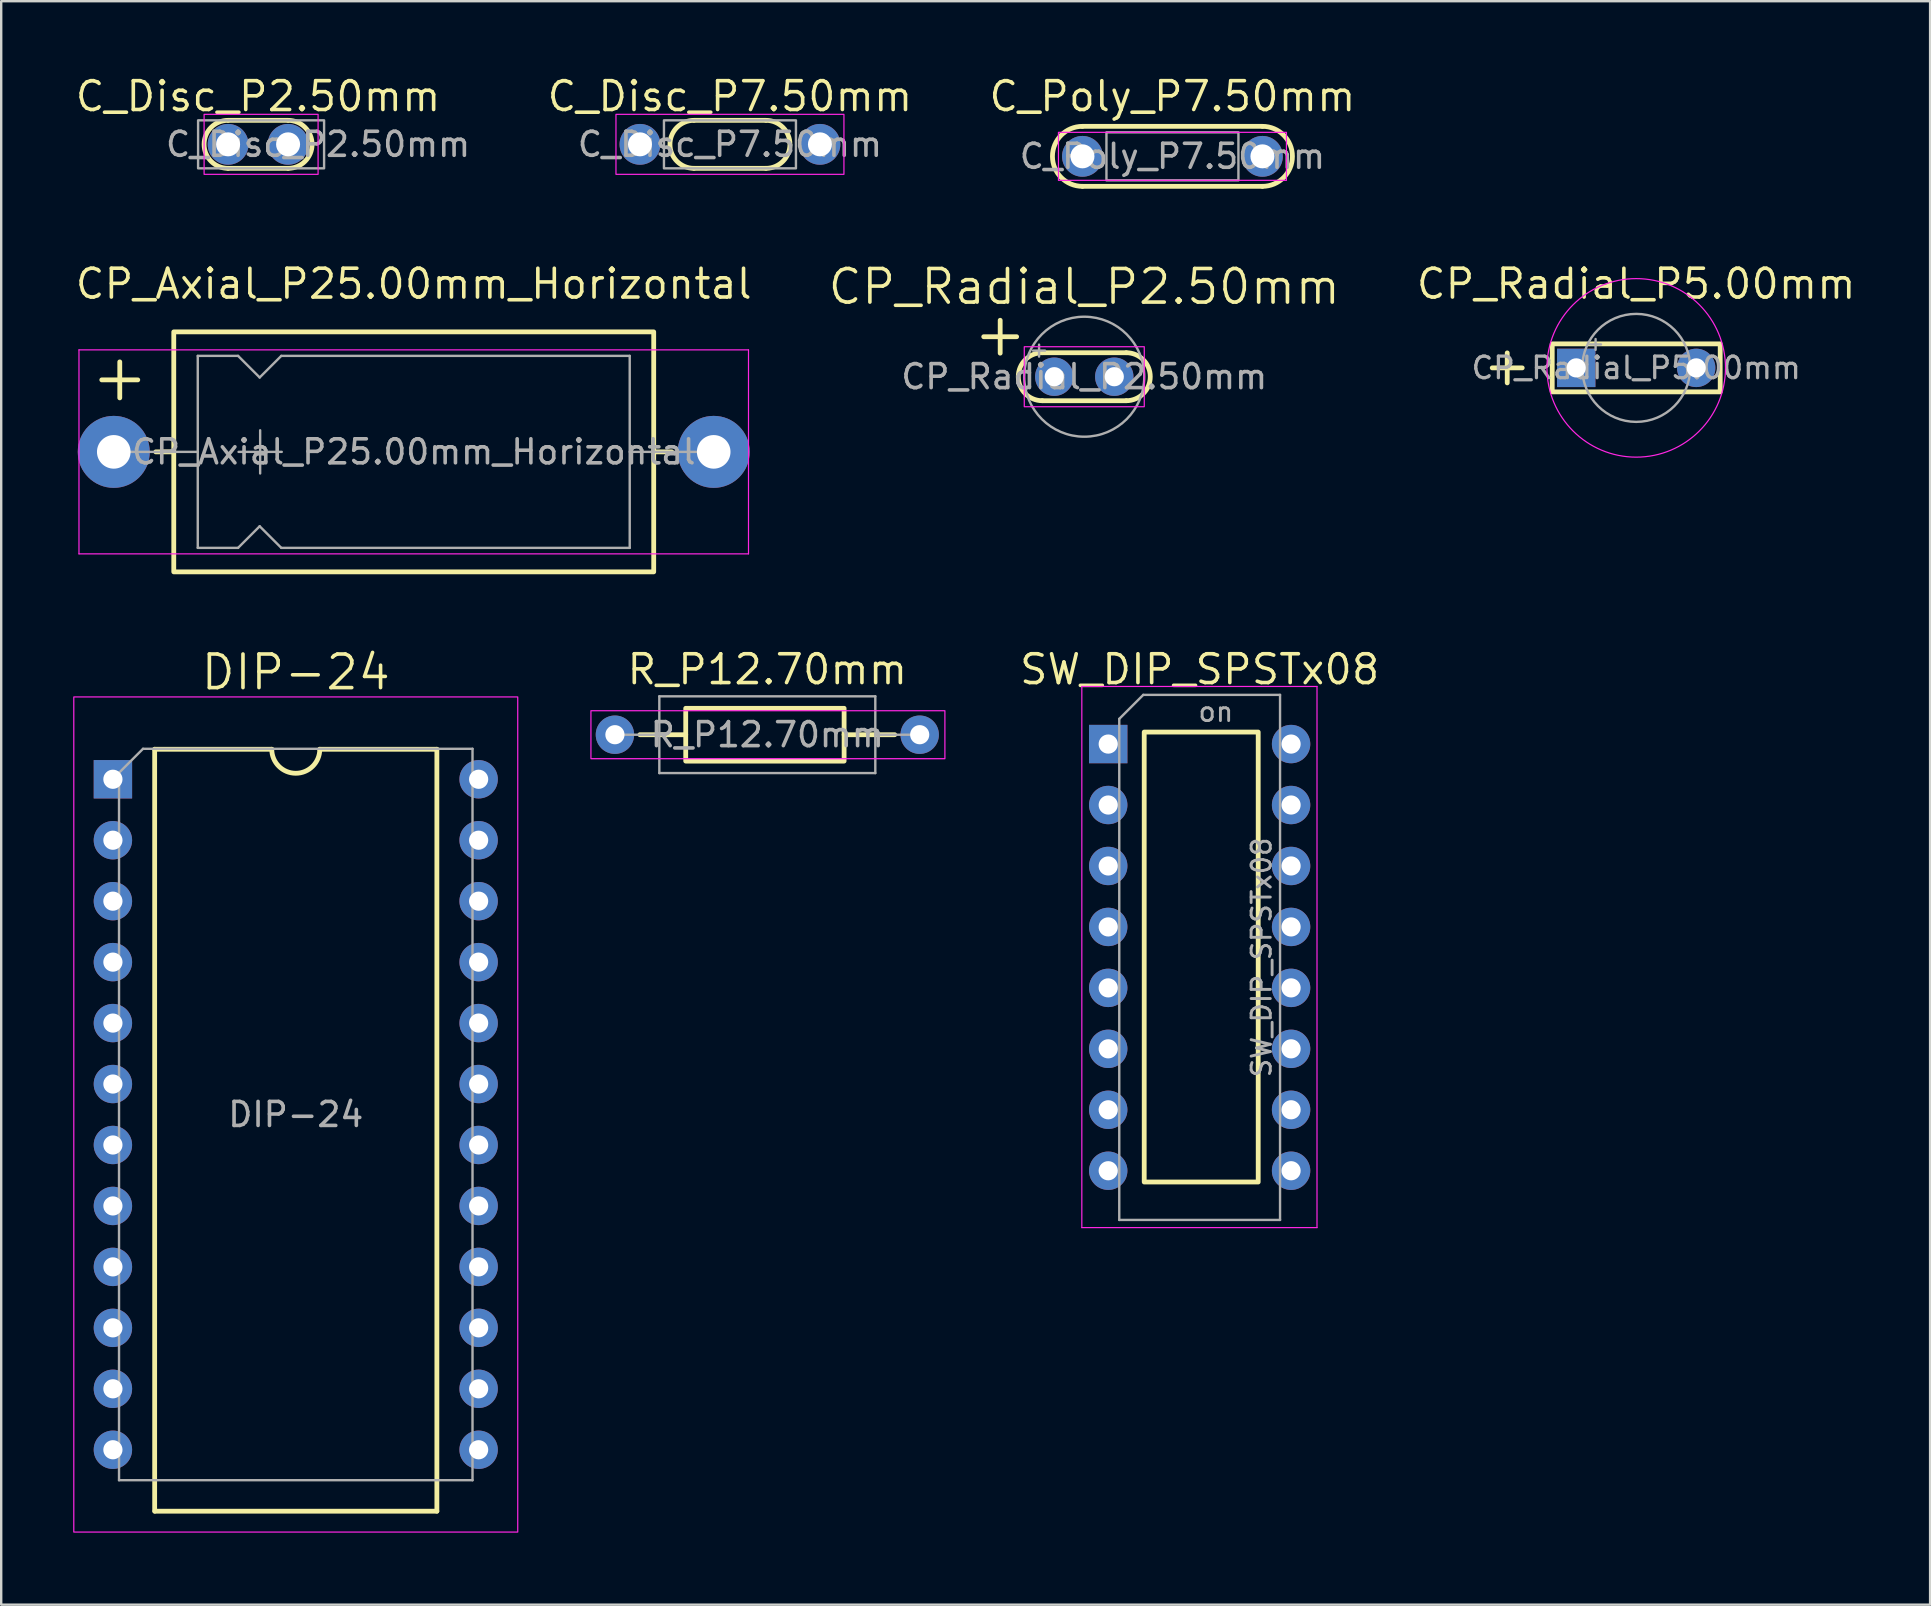
<source format=kicad_pcb>
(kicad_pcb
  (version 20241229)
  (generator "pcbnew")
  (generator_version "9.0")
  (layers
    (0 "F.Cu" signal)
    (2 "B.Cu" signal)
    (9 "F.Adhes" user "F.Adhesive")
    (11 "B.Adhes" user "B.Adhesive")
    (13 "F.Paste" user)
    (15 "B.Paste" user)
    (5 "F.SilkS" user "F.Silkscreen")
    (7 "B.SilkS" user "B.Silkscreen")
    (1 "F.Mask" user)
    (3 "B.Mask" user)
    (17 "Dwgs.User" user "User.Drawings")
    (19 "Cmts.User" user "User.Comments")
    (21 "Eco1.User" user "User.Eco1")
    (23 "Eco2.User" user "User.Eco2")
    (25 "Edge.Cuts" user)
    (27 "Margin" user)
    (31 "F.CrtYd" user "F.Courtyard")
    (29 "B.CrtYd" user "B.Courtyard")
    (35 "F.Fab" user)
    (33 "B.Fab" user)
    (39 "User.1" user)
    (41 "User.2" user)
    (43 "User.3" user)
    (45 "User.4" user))
  (footprint "DIP-24"
    (layer "F.Cu")
    (at 1.655 29.423)
    (property "Reference" "DIP-24" (at 7.62 -4.46 0) (layer "F.SilkS") (effects (font (size 1.4 1.4) (thickness 0.15))))
    (attr through_hole)
    (fp_line (start 1.74 30.5) (end 1.74 -1.25) (stroke (width 0.2) (type default)) (layer "F.SilkS"))
    (fp_line (start 1.75 30.5) (end 13.5 30.5) (stroke (width 0.2) (type default)) (layer "F.SilkS"))
    (fp_line (start 6.62 -1.25) (end 1.74 -1.25) (stroke (width 0.2) (type default)) (layer "F.SilkS"))
    (fp_line (start 13.5 -1.25) (end 8.62 -1.25) (stroke (width 0.2) (type default)) (layer "F.SilkS"))
    (fp_line (start 13.5 30.5) (end 13.5 -1.25) (stroke (width 0.2) (type default)) (layer "F.SilkS"))
    (fp_arc (start 8.62 -1.25) (mid 7.62 -0.25) (end 6.62 -1.25) (stroke (width 0.2) (type solid)) (layer "F.SilkS"))
    (fp_rect (start -1.63 -3.43) (end 16.87 31.37) (stroke (width 0.05) (type default)) (fill no) (layer "F.CrtYd"))
    (fp_line (start 0.255 -0.27) (end 1.255 -1.27) (stroke (width 0.1) (type solid)) (layer "F.Fab"))
    (fp_line (start 0.255 29.21) (end 0.255 -0.27) (stroke (width 0.1) (type solid)) (layer "F.Fab"))
    (fp_line (start 1.255 -1.27) (end 14.985 -1.27) (stroke (width 0.1) (type solid)) (layer "F.Fab"))
    (fp_line (start 14.985 -1.27) (end 14.985 29.21) (stroke (width 0.1) (type solid)) (layer "F.Fab"))
    (fp_line (start 14.985 29.21) (end 0.255 29.21) (stroke (width 0.1) (type solid)) (layer "F.Fab"))
    (fp_text user "${REFERENCE}" (at 7.62 13.97 0) (layer "F.Fab") (effects (font (size 1 1) (thickness 0.15))))
    (pad "1" thru_hole rect (at 0 0) (size 1.6 1.6) (drill 0.8) (layers "*.Cu" "*.Mask"))
    (pad "2" thru_hole oval (at 0 2.54) (size 1.6 1.6) (drill 0.8) (layers "*.Cu" "*.Mask"))
    (pad "3" thru_hole oval (at 0 5.08) (size 1.6 1.6) (drill 0.8) (layers "*.Cu" "*.Mask"))
    (pad "4" thru_hole oval (at 0 7.62) (size 1.6 1.6) (drill 0.8) (layers "*.Cu" "*.Mask"))
    (pad "5" thru_hole oval (at 0 10.16) (size 1.6 1.6) (drill 0.8) (layers "*.Cu" "*.Mask"))
    (pad "6" thru_hole oval (at 0 12.7) (size 1.6 1.6) (drill 0.8) (layers "*.Cu" "*.Mask"))
    (pad "7" thru_hole oval (at 0 15.24) (size 1.6 1.6) (drill 0.8) (layers "*.Cu" "*.Mask"))
    (pad "8" thru_hole oval (at 0 17.78) (size 1.6 1.6) (drill 0.8) (layers "*.Cu" "*.Mask"))
    (pad "9" thru_hole oval (at 0 20.32) (size 1.6 1.6) (drill 0.8) (layers "*.Cu" "*.Mask"))
    (pad "10" thru_hole oval (at 0 22.86) (size 1.6 1.6) (drill 0.8) (layers "*.Cu" "*.Mask"))
    (pad "11" thru_hole oval (at 0 25.4) (size 1.6 1.6) (drill 0.8) (layers "*.Cu" "*.Mask"))
    (pad "12" thru_hole oval (at 0 27.94) (size 1.6 1.6) (drill 0.8) (layers "*.Cu" "*.Mask"))
    (pad "13" thru_hole oval (at 15.24 27.94) (size 1.6 1.6) (drill 0.8) (layers "*.Cu" "*.Mask"))
    (pad "14" thru_hole oval (at 15.24 25.4) (size 1.6 1.6) (drill 0.8) (layers "*.Cu" "*.Mask"))
    (pad "15" thru_hole oval (at 15.24 22.86) (size 1.6 1.6) (drill 0.8) (layers "*.Cu" "*.Mask"))
    (pad "16" thru_hole oval (at 15.24 20.32) (size 1.6 1.6) (drill 0.8) (layers "*.Cu" "*.Mask"))
    (pad "17" thru_hole oval (at 15.24 17.78) (size 1.6 1.6) (drill 0.8) (layers "*.Cu" "*.Mask"))
    (pad "18" thru_hole oval (at 15.24 15.24) (size 1.6 1.6) (drill 0.8) (layers "*.Cu" "*.Mask"))
    (pad "19" thru_hole oval (at 15.24 12.7) (size 1.6 1.6) (drill 0.8) (layers "*.Cu" "*.Mask"))
    (pad "20" thru_hole oval (at 15.24 10.16) (size 1.6 1.6) (drill 0.8) (layers "*.Cu" "*.Mask"))
    (pad "21" thru_hole oval (at 15.24 7.62) (size 1.6 1.6) (drill 0.8) (layers "*.Cu" "*.Mask"))
    (pad "22" thru_hole oval (at 15.24 5.08) (size 1.6 1.6) (drill 0.8) (layers "*.Cu" "*.Mask"))
    (pad "23" thru_hole oval (at 15.24 2.54) (size 1.6 1.6) (drill 0.8) (layers "*.Cu" "*.Mask"))
    (pad "24" thru_hole oval (at 15.24 0) (size 1.6 1.6) (drill 0.8) (layers "*.Cu" "*.Mask")))
  (footprint "SW_DIP_SPSTx08"
    (layer "F.Cu")
    (at 43.131 27.956)
    (property "Reference" "SW_DIP_SPSTx08" (at 3.81 -3.11 0) (layer "F.SilkS") (effects (font (size 1.2 1.2) (thickness 0.15))))
    (attr through_hole)
    (fp_rect (start 1.5 -0.5) (end 6.25 18.25) (stroke (width 0.2) (type default)) (fill no) (layer "F.SilkS"))
    (fp_line (start -1.1 -2.4) (end -1.1 20.15) (stroke (width 0.05) (type solid)) (layer "F.CrtYd"))
    (fp_line (start -1.1 20.15) (end 8.7 20.15) (stroke (width 0.05) (type solid)) (layer "F.CrtYd"))
    (fp_line (start 8.7 -2.4) (end -1.1 -2.4) (stroke (width 0.05) (type solid)) (layer "F.CrtYd"))
    (fp_line (start 8.7 20.15) (end 8.7 -2.4) (stroke (width 0.05) (type solid)) (layer "F.CrtYd"))
    (fp_line (start 0.46 -1.05) (end 1.46 -2.05) (stroke (width 0.1) (type solid)) (layer "F.Fab"))
    (fp_line (start 0.46 19.83) (end 0.46 -1.05) (stroke (width 0.1) (type solid)) (layer "F.Fab"))
    (fp_line (start 1.46 -2.05) (end 7.16 -2.05) (stroke (width 0.1) (type solid)) (layer "F.Fab"))
    (fp_line (start 7.16 -2.05) (end 7.16 19.83) (stroke (width 0.1) (type solid)) (layer "F.Fab"))
    (fp_line (start 7.16 19.83) (end 0.46 19.83) (stroke (width 0.1) (type solid)) (layer "F.Fab"))
    (fp_text user "${REFERENCE}" (at 6.39 8.89 90) (layer "F.Fab") (effects (font (size 0.8 0.8) (thickness 0.12))))
    (fp_text user "on" (at 4.485 -1.343 0) (layer "F.Fab") (effects (font (size 0.8 0.8) (thickness 0.12))))
    (pad "1" thru_hole rect (at 0 0) (size 1.6 1.6) (drill 0.8) (layers "*.Cu" "*.Mask"))
    (pad "2" thru_hole oval (at 0 2.54) (size 1.6 1.6) (drill 0.8) (layers "*.Cu" "*.Mask"))
    (pad "3" thru_hole oval (at 0 5.08) (size 1.6 1.6) (drill 0.8) (layers "*.Cu" "*.Mask"))
    (pad "4" thru_hole oval (at 0 7.62) (size 1.6 1.6) (drill 0.8) (layers "*.Cu" "*.Mask"))
    (pad "5" thru_hole oval (at 0 10.16) (size 1.6 1.6) (drill 0.8) (layers "*.Cu" "*.Mask"))
    (pad "6" thru_hole oval (at 0 12.7) (size 1.6 1.6) (drill 0.8) (layers "*.Cu" "*.Mask"))
    (pad "7" thru_hole oval (at 0 15.24) (size 1.6 1.6) (drill 0.8) (layers "*.Cu" "*.Mask"))
    (pad "8" thru_hole oval (at 0 17.78) (size 1.6 1.6) (drill 0.8) (layers "*.Cu" "*.Mask"))
    (pad "9" thru_hole oval (at 7.62 17.78) (size 1.6 1.6) (drill 0.8) (layers "*.Cu" "*.Mask"))
    (pad "10" thru_hole oval (at 7.62 15.24) (size 1.6 1.6) (drill 0.8) (layers "*.Cu" "*.Mask"))
    (pad "11" thru_hole oval (at 7.62 12.7) (size 1.6 1.6) (drill 0.8) (layers "*.Cu" "*.Mask"))
    (pad "12" thru_hole oval (at 7.62 10.16) (size 1.6 1.6) (drill 0.8) (layers "*.Cu" "*.Mask"))
    (pad "13" thru_hole oval (at 7.62 7.62) (size 1.6 1.6) (drill 0.8) (layers "*.Cu" "*.Mask"))
    (pad "14" thru_hole oval (at 7.62 5.08) (size 1.6 1.6) (drill 0.8) (layers "*.Cu" "*.Mask"))
    (pad "15" thru_hole oval (at 7.62 2.54) (size 1.6 1.6) (drill 0.8) (layers "*.Cu" "*.Mask"))
    (pad "16" thru_hole oval (at 7.62 0) (size 1.6 1.6) (drill 0.8) (layers "*.Cu" "*.Mask")))
  (footprint "C_Poly_P7.50mm"
    (layer "F.Cu")
    (at 42.057 3.465)
    (property "Reference" "C_Poly_P7.50mm" (at 3.75 -2.5 0) (layer "F.SilkS") (effects (font (size 1.2 1.2) (thickness 0.15))))
    (attr through_hole)
    (fp_line (start 0 -1.25) (end 7.5 -1.25) (stroke (width 0.2) (type default)) (layer "F.SilkS"))
    (fp_line (start 7.5 1.25) (end 0 1.25) (stroke (width 0.2) (type default)) (layer "F.SilkS"))
    (fp_arc (start 0 1.25) (mid -1.25 0) (end 0 -1.25) (stroke (width 0.2) (type default)) (layer "F.SilkS"))
    (fp_arc (start 7.5 -1.25) (mid 8.75 0) (end 7.5 1.25) (stroke (width 0.2) (type default)) (layer "F.SilkS"))
    (fp_rect (start -1 -1) (end 8.5 1) (stroke (width 0.05) (type default)) (fill no) (layer "F.CrtYd"))
    (fp_rect (start 1 -1) (end 6.5 1) (stroke (width 0.1) (type default)) (fill no) (layer "F.Fab"))
    (fp_text user "${REFERENCE}" (at 3.75 0 0) (layer "F.Fab") (effects (font (size 1 1) (thickness 0.15))))
    (pad "1" thru_hole circle (at 0 0) (size 1.7 1.7) (drill 1) (layers "*.Cu" "*.Mask"))
    (pad "2" thru_hole circle (at 7.5 0) (size 1.7 1.7) (drill 1) (layers "*.Cu" "*.Mask")))
  (footprint "R_P12.70mm"
    (layer "F.Cu")
    (at 22.575 27.566)
    (property "Reference" "R_P12.70mm" (at 6.35 -2.72 0) (layer "F.SilkS") (effects (font (size 1.2 1.2) (thickness 0.15))))
    (attr through_hole)
    (fp_line (start 1.04 0) (end 2.95 0) (stroke (width 0.2) (type solid)) (layer "F.SilkS"))
    (fp_line (start 11.66 0) (end 9.55 0) (stroke (width 0.2) (type solid)) (layer "F.SilkS"))
    (fp_rect (start 2.95 -1.1) (end 9.55 1.1) (stroke (width 0.2) (type default)) (fill no) (layer "F.SilkS"))
    (fp_rect (start -1 -1) (end 13.75 1) (stroke (width 0.05) (type default)) (fill no) (layer "F.CrtYd"))
    (fp_line (start 0 0) (end 1.85 0) (stroke (width 0.1) (type solid)) (layer "F.Fab"))
    (fp_line (start 1.85 -1.6) (end 1.85 1.6) (stroke (width 0.1) (type solid)) (layer "F.Fab"))
    (fp_line (start 1.85 1.6) (end 10.85 1.6) (stroke (width 0.1) (type solid)) (layer "F.Fab"))
    (fp_line (start 10.85 -1.6) (end 1.85 -1.6) (stroke (width 0.1) (type solid)) (layer "F.Fab"))
    (fp_line (start 10.85 1.6) (end 10.85 -1.6) (stroke (width 0.1) (type solid)) (layer "F.Fab"))
    (fp_line (start 12.7 0) (end 10.85 0) (stroke (width 0.1) (type solid)) (layer "F.Fab"))
    (fp_text user "${REFERENCE}" (at 6.35 0 0) (layer "F.Fab") (effects (font (size 1 1) (thickness 0.15))))
    (pad "1" thru_hole circle (at 0 0) (size 1.6 1.6) (drill 0.8) (layers "*.Cu" "*.Mask"))
    (pad "2" thru_hole oval (at 12.7 0) (size 1.6 1.6) (drill 0.8) (layers "*.Cu" "*.Mask")))
  (footprint "CP_Radial_P2.50mm"
    (layer "F.Cu")
    (at 40.883 12.648)
    (property "Reference" "CP_Radial_P2.50mm" (at 1.25 -3.75 0) (layer "F.SilkS") (effects (font (size 1.4 1.4) (thickness 0.15))))
    (attr through_hole)
    (fp_line (start -0.5 1) (end 3 1) (stroke (width 0.2) (type default)) (layer "F.SilkS"))
    (fp_line (start 3 -1) (end -0.5 -1) (stroke (width 0.2) (type default)) (layer "F.SilkS"))
    (fp_arc (start -0.5 1) (mid -1.5 0) (end -0.5 -1) (stroke (width 0.2) (type default)) (layer "F.SilkS"))
    (fp_arc (start 3 -1) (mid 4 0) (end 3 1) (stroke (width 0.2) (type default)) (layer "F.SilkS"))
    (fp_rect (start -1.25 -1.25) (end 3.75 1.25) (stroke (width 0.05) (type default)) (fill no) (layer "F.CrtYd"))
    (fp_line (start -0.884 -1.087) (end -0.384 -1.087) (stroke (width 0.1) (type solid)) (layer "F.Fab"))
    (fp_line (start -0.634 -1.337) (end -0.634 -0.838) (stroke (width 0.1) (type solid)) (layer "F.Fab"))
    (fp_circle (center 1.25 0) (end 3.75 0) (stroke (width 0.1) (type solid)) (fill no) (layer "F.Fab"))
    (fp_text user "+" (at -3.5 -0.75 0) (unlocked yes) (layer "F.SilkS") (effects (font (size 1.8 1.8) (thickness 0.2) (bold yes)) (justify left bottom)))
    (fp_text user "${REFERENCE}" (at 1.25 0 0) (layer "F.Fab") (effects (font (size 1 1) (thickness 0.15))))
    (pad "1" thru_hole circle (at 0 0) (size 1.6 1.6) (drill 0.8) (layers "*.Cu" "*.Mask"))
    (pad "2" thru_hole circle (at 2.5 0) (size 1.6 1.6) (drill 0.8) (layers "*.Cu" "*.Mask")))
  (footprint "CP_Axial_P25.00mm_Horizontal"
    (layer "F.Cu")
    (at 1.691 15.78)
    (property "Reference" "CP_Axial_P25.00mm_Horizontal" (at 12.5 -7 0) (layer "F.SilkS") (effects (font (size 1.2 1.2) (thickness 0.15))))
    (attr through_hole)
    (fp_line (start 0.25 -2.25) (end 0.25 -3.75) (stroke (width 0.2) (type default)) (layer "F.SilkS"))
    (fp_line (start 1 -3) (end -0.5 -3) (stroke (width 0.2) (type default)) (layer "F.SilkS"))
    (fp_line (start 1.75 0) (end 2.5 0) (stroke (width 0.2) (type solid)) (layer "F.SilkS"))
    (fp_line (start 23.25 0) (end 22.5 0) (stroke (width 0.2) (type solid)) (layer "F.SilkS"))
    (fp_rect (start 2.5 -5) (end 22.5 5) (stroke (width 0.2) (type default)) (fill no) (layer "F.SilkS"))
    (fp_line (start -1.45 -4.25) (end -1.45 4.25) (stroke (width 0.05) (type solid)) (layer "F.CrtYd"))
    (fp_line (start -1.45 4.25) (end 26.45 4.25) (stroke (width 0.05) (type solid)) (layer "F.CrtYd"))
    (fp_line (start 26.45 -4.25) (end -1.45 -4.25) (stroke (width 0.05) (type solid)) (layer "F.CrtYd"))
    (fp_line (start 26.45 4.25) (end 26.45 -4.25) (stroke (width 0.05) (type solid)) (layer "F.CrtYd"))
    (fp_line (start 0 0) (end 3.5 0) (stroke (width 0.1) (type solid)) (layer "F.Fab"))
    (fp_line (start 3.5 -4) (end 3.5 4) (stroke (width 0.1) (type solid)) (layer "F.Fab"))
    (fp_line (start 3.5 -4) (end 5.18 -4) (stroke (width 0.1) (type solid)) (layer "F.Fab"))
    (fp_line (start 3.5 4) (end 5.18 4) (stroke (width 0.1) (type solid)) (layer "F.Fab"))
    (fp_line (start 5.18 -4) (end 6.08 -3.1) (stroke (width 0.1) (type solid)) (layer "F.Fab"))
    (fp_line (start 5.18 4) (end 6.08 3.1) (stroke (width 0.1) (type solid)) (layer "F.Fab"))
    (fp_line (start 5.2 0) (end 7 0) (stroke (width 0.1) (type solid)) (layer "F.Fab"))
    (fp_line (start 6.08 -3.1) (end 6.98 -4) (stroke (width 0.1) (type solid)) (layer "F.Fab"))
    (fp_line (start 6.08 3.1) (end 6.98 4) (stroke (width 0.1) (type solid)) (layer "F.Fab"))
    (fp_line (start 6.1 -0.9) (end 6.1 0.9) (stroke (width 0.1) (type solid)) (layer "F.Fab"))
    (fp_line (start 6.98 -4) (end 21.5 -4) (stroke (width 0.1) (type solid)) (layer "F.Fab"))
    (fp_line (start 6.98 4) (end 21.5 4) (stroke (width 0.1) (type solid)) (layer "F.Fab"))
    (fp_line (start 21.5 -4) (end 21.5 4) (stroke (width 0.1) (type solid)) (layer "F.Fab"))
    (fp_line (start 25 0) (end 21.5 0) (stroke (width 0.1) (type solid)) (layer "F.Fab"))
    (fp_text user "${REFERENCE}" (at 12.5 0 0) (layer "F.Fab") (effects (font (size 1 1) (thickness 0.15))))
    (pad "1" thru_hole circle (at 0 0) (size 3 3) (drill 1.4) (layers "*.Cu" "*.Mask"))
    (pad "2" thru_hole circle (at 25 0) (size 3 3) (drill 1.4) (layers "*.Cu" "*.Mask")))
  (footprint "CP_Radial_P5.00mm"
    (layer "F.Cu")
    (at 62.633 12.28)
    (property "Reference" "CP_Radial_P5.00mm" (at 2.5 -3.5 0) (layer "F.SilkS") (effects (font (size 1.2 1.2) (thickness 0.15))))
    (attr through_hole)
    (fp_line (start -3.5 0) (end -2.25 0) (stroke (width 0.2) (type solid)) (layer "F.SilkS"))
    (fp_line (start -2.875 -0.625) (end -2.875 0.625) (stroke (width 0.2) (type solid)) (layer "F.SilkS"))
    (fp_rect (start -1 -1) (end 6 1) (stroke (width 0.2) (type default)) (fill no) (layer "F.SilkS"))
    (fp_circle (center 2.5 0) (end 6.22 0) (stroke (width 0.05) (type solid)) (fill no) (layer "F.CrtYd"))
    (fp_line (start 0.582 -0.978) (end 1.032 -0.978) (stroke (width 0.1) (type solid)) (layer "F.Fab"))
    (fp_line (start 0.807 -1.202) (end 0.807 -0.752) (stroke (width 0.1) (type solid)) (layer "F.Fab"))
    (fp_circle (center 2.5 0) (end 4.75 0) (stroke (width 0.1) (type solid)) (fill no) (layer "F.Fab"))
    (fp_text user "${REFERENCE}" (at 2.5 0 0) (layer "F.Fab") (effects (font (size 0.9 0.9) (thickness 0.135))))
    (pad "1" thru_hole rect (at 0 0) (size 1.6 1.6) (drill 0.8) (layers "*.Cu" "*.Mask"))
    (pad "2" thru_hole circle (at 5 0) (size 1.6 1.6) (drill 0.8) (layers "*.Cu" "*.Mask")))
  (footprint "C_Disc_P7.50mm"
    (layer "F.Cu")
    (at 23.618 2.965)
    (property "Reference" "C_Disc_P7.50mm" (at 3.75 -2 0) (layer "F.SilkS") (effects (font (size 1.2 1.2) (thickness 0.15))))
    (attr through_hole)
    (fp_line (start 2.25 -1) (end 5.25 -1) (stroke (width 0.2) (type default)) (layer "F.SilkS"))
    (fp_line (start 5.25 1) (end 2.25 1) (stroke (width 0.2) (type default)) (layer "F.SilkS"))
    (fp_arc (start 2.25 1) (mid 1.25 0) (end 2.25 -1) (stroke (width 0.2) (type default)) (layer "F.SilkS"))
    (fp_arc (start 5.25 -1) (mid 6.25 0) (end 5.25 1) (stroke (width 0.2) (type default)) (layer "F.SilkS"))
    (fp_rect (start -1 -1.25) (end 8.5 1.25) (stroke (width 0.05) (type default)) (fill no) (layer "F.CrtYd"))
    (fp_rect (start 1 -1) (end 6.5 1) (stroke (width 0.1) (type default)) (fill no) (layer "F.Fab"))
    (fp_text user "${REFERENCE}" (at 3.75 0 0) (layer "F.Fab") (effects (font (size 1 1) (thickness 0.15))))
    (pad "1" thru_hole circle (at 0 0) (size 1.7 1.7) (drill 1) (layers "*.Cu" "*.Mask"))
    (pad "2" thru_hole circle (at 7.5 0) (size 1.7 1.7) (drill 1) (layers "*.Cu" "*.Mask")))
  (footprint "C_Disc_P2.50mm"
    (layer "F.Cu")
    (at 6.455 2.965)
    (property "Reference" "C_Disc_P2.50mm" (at 1.25 -2 0) (layer "F.SilkS") (effects (font (size 1.2 1.2) (thickness 0.15))))
    (attr through_hole)
    (fp_line (start 0 -1) (end 2.5 -1) (stroke (width 0.2) (type default)) (layer "F.SilkS"))
    (fp_line (start 2.5 1) (end 0 1) (stroke (width 0.2) (type default)) (layer "F.SilkS"))
    (fp_arc (start 0 1) (mid -1 0) (end 0 -1) (stroke (width 0.2) (type default)) (layer "F.SilkS"))
    (fp_arc (start 2.5 -1) (mid 3.5 0) (end 2.5 1) (stroke (width 0.2) (type default)) (layer "F.SilkS"))
    (fp_rect (start -1 -1.25) (end 3.75 1.25) (stroke (width 0.05) (type default)) (fill no) (layer "F.CrtYd"))
    (fp_rect (start -1.25 -1) (end 4 1) (stroke (width 0.1) (type default)) (fill no) (layer "F.Fab"))
    (fp_text user "${REFERENCE}" (at 3.75 0 0) (layer "F.Fab") (effects (font (size 1 1) (thickness 0.15))))
    (pad "1" thru_hole circle (at 0 0) (size 1.7 1.7) (drill 1) (layers "*.Cu" "*.Mask"))
    (pad "2" thru_hole circle (at 2.5 0) (size 1.7 1.7) (drill 1) (layers "*.Cu" "*.Mask")))
  (gr_rect
    (start -3 -3)
    (end 77.38 63.818)
    (stroke (width 0.1) (type default))
    (fill no)
    (layer "Edge.Cuts")))
</source>
